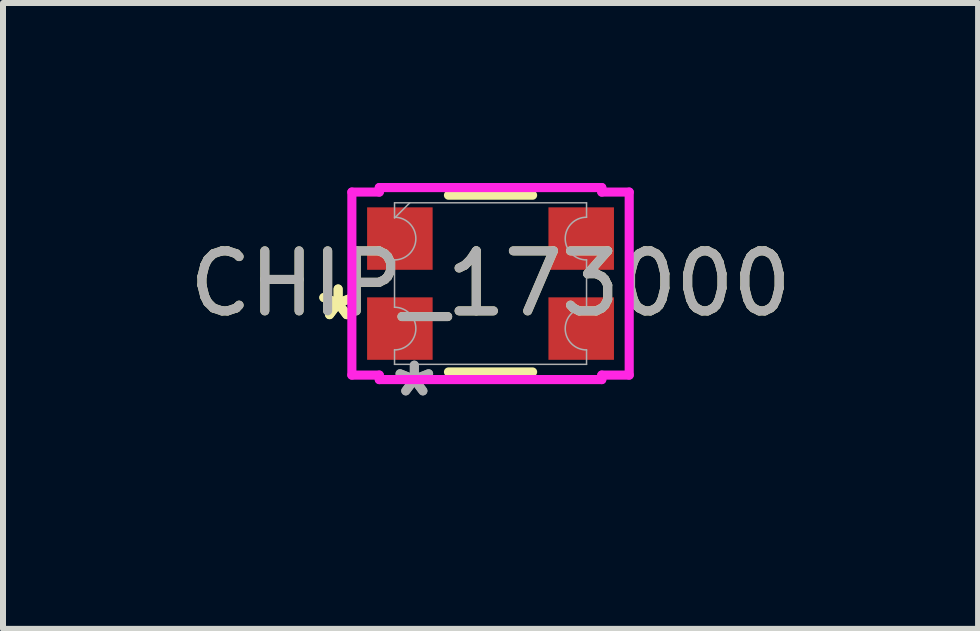
<source format=kicad_pcb>
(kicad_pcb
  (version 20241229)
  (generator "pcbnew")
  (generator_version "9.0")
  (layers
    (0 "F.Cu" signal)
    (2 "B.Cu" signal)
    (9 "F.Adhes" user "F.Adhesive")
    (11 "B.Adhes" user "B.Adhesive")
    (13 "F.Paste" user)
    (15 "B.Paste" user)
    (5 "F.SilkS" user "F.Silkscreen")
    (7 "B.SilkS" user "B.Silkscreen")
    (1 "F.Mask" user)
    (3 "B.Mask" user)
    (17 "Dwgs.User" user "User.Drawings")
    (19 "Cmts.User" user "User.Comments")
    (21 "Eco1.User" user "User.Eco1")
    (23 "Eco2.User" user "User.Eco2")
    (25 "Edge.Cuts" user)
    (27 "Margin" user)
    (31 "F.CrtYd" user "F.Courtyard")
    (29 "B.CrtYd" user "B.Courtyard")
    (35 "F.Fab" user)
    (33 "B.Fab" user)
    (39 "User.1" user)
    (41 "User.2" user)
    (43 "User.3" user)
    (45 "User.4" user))
  (footprint "CHIP_173000"
    (layer "F.Cu")
    (at 5.125 1.676)
    (property "Reference" "CHIP_173000" (at 0 0 0) (unlocked yes) (layer "F.SilkS") (effects (font (size 1 1) (thickness 0.15))))
    (attr smd)
    (fp_line (start -0.701 -1.473) (end 0.701 -1.473) (stroke (width 0.152) (type solid)) (layer "F.SilkS"))
    (fp_line (start -0.701 1.473) (end 0.701 1.473) (stroke (width 0.152) (type solid)) (layer "F.SilkS"))
    (fp_line (start -2.311 -1.525) (end -1.854 -1.525) (stroke (width 0.152) (type solid)) (layer "F.CrtYd"))
    (fp_line (start -2.311 1.525) (end -2.311 -1.525) (stroke (width 0.152) (type solid)) (layer "F.CrtYd"))
    (fp_line (start -2.311 1.525) (end -1.854 1.525) (stroke (width 0.152) (type solid)) (layer "F.CrtYd"))
    (fp_line (start -1.854 -1.6) (end 1.854 -1.6) (stroke (width 0.152) (type solid)) (layer "F.CrtYd"))
    (fp_line (start -1.854 -1.525) (end -1.854 -1.6) (stroke (width 0.152) (type solid)) (layer "F.CrtYd"))
    (fp_line (start -1.854 1.6) (end -1.854 1.525) (stroke (width 0.152) (type solid)) (layer "F.CrtYd"))
    (fp_line (start 1.854 -1.6) (end 1.854 -1.525) (stroke (width 0.152) (type solid)) (layer "F.CrtYd"))
    (fp_line (start 1.854 1.525) (end 1.854 1.6) (stroke (width 0.152) (type solid)) (layer "F.CrtYd"))
    (fp_line (start 1.854 1.6) (end -1.854 1.6) (stroke (width 0.152) (type solid)) (layer "F.CrtYd"))
    (fp_line (start 2.311 -1.525) (end 1.854 -1.525) (stroke (width 0.152) (type solid)) (layer "F.CrtYd"))
    (fp_line (start 2.311 -1.525) (end 2.311 1.525) (stroke (width 0.152) (type solid)) (layer "F.CrtYd"))
    (fp_line (start 2.311 1.525) (end 1.854 1.525) (stroke (width 0.152) (type solid)) (layer "F.CrtYd"))
    (fp_line (start -1.6 -1.346) (end 1.6 -1.346) (stroke (width 0.025) (type solid)) (layer "F.Fab"))
    (fp_line (start -1.6 -1.106) (end -1.6 -1.346) (stroke (width 0.025) (type solid)) (layer "F.Fab"))
    (fp_line (start -1.6 -0.394) (end -1.6 0.394) (stroke (width 0.025) (type solid)) (layer "F.Fab"))
    (fp_line (start -1.6 1.106) (end -1.6 1.346) (stroke (width 0.025) (type solid)) (layer "F.Fab"))
    (fp_line (start -1.6 1.346) (end 1.6 1.346) (stroke (width 0.025) (type solid)) (layer "F.Fab"))
    (fp_line (start -1.346 -1.346) (end -1.6 -1.092) (stroke (width 0.025) (type solid)) (layer "F.Fab"))
    (fp_line (start 1.6 -1.106) (end 1.6 -1.346) (stroke (width 0.025) (type solid)) (layer "F.Fab"))
    (fp_line (start 1.6 -0.394) (end 1.6 0.394) (stroke (width 0.025) (type solid)) (layer "F.Fab"))
    (fp_line (start 1.6 1.106) (end 1.6 1.346) (stroke (width 0.025) (type solid)) (layer "F.Fab"))
    (fp_arc (start -1.6002 -1.105601) (mid -1.2446 -0.750001) (end -1.6002 -0.394401) (stroke (width 0.0254) (type solid)) (layer "F.Fab"))
    (fp_arc (start -1.6002 0.394401) (mid -1.2446 0.750001) (end -1.6002 1.105601) (stroke (width 0.0254) (type solid)) (layer "F.Fab"))
    (fp_arc (start 1.6002 -0.394401) (mid 1.2446 -0.750001) (end 1.6002 -1.105601) (stroke (width 0.0254) (type solid)) (layer "F.Fab"))
    (fp_arc (start 1.6002 1.105601) (mid 1.2446 0.750001) (end 1.6002 0.394401) (stroke (width 0.0254) (type solid)) (layer "F.Fab"))
    (fp_text user "*" (at -2.54 0.635 0) (unlocked yes) (layer "F.SilkS") (effects (font (size 1 1) (thickness 0.15))))
    (fp_text user "*" (at -2.54 0.635 0) (layer "F.SilkS") (effects (font (size 1 1) (thickness 0.15))))
    (fp_text user "${REFERENCE}" (at 0 0 0) (unlocked yes) (layer "F.Fab") (effects (font (size 1 1) (thickness 0.15))))
    (fp_text user "*" (at -1.27 1.905 0) (unlocked yes) (layer "F.Fab") (effects (font (size 1 1) (thickness 0.15))))
    (fp_text user "*" (at -1.27 1.905 0) (layer "F.Fab") (effects (font (size 1 1) (thickness 0.15))))
    (pad "1" smd rect (at -1.511 0.75) (size 1.092 1.041) (layers "F.Cu" "F.Mask" "F.Paste"))
    (pad "2" smd rect (at 1.511 0.75) (size 1.092 1.041) (layers "F.Cu" "F.Mask" "F.Paste"))
    (pad "3" smd rect (at 1.511 -0.75) (size 1.092 1.041) (layers "F.Cu" "F.Mask" "F.Paste"))
    (pad "4" smd rect (at -1.511 -0.75) (size 1.092 1.041) (layers "F.Cu" "F.Mask" "F.Paste")))
  (gr_rect
    (start -3 -3)
    (end 13.25 7.43)
    (stroke (width 0.1) (type default))
    (fill no)
    (layer "Edge.Cuts")))
</source>
